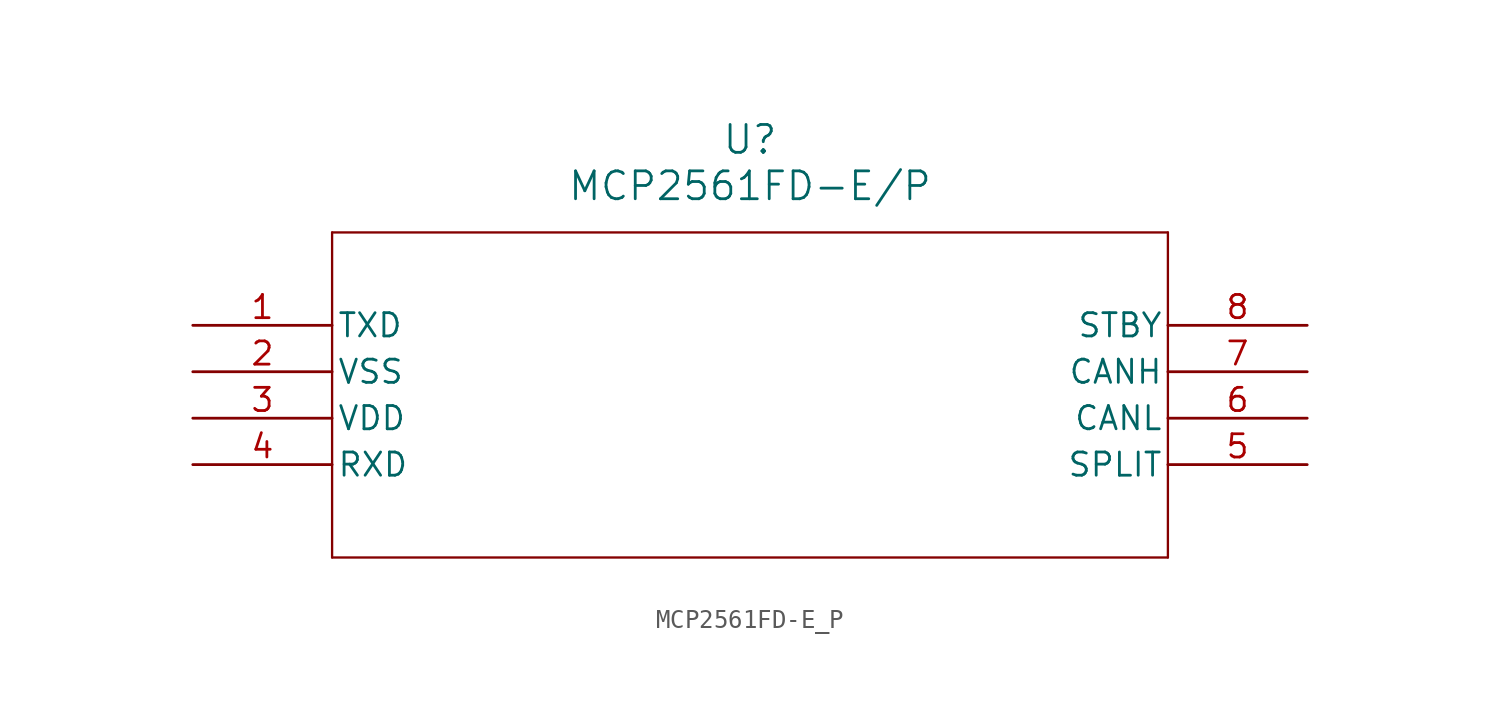
<source format=kicad_sym>
(kicad_symbol_lib
  (version 20211014)
  (generator kicad_symbol_editor)
  (symbol "MCP2561FD-E_P"
    (pin_names
      (offset 0.254))
    (property "Reference" "U"
      (at 30.48 10.16 0)
      (effects (font (size 1.524 1.524))))
    (property "Value" "MCP2561FD-E/P"
      (at 30.48 7.62 0)
      (effects (font (size 1.524 1.524))))
    (symbol "MCP2561FD-E_P_0_1"
      (polyline (pts (xy 7.62 5.08) (xy 7.62 -12.7)) (stroke (width 0.127) (type default) (color 0 0 0 0)) (fill (type none)))
      (polyline (pts (xy 7.62 -12.7) (xy 53.34 -12.7)) (stroke (width 0.127) (type default) (color 0 0 0 0)) (fill (type none)))
      (polyline (pts (xy 53.34 -12.7) (xy 53.34 5.08)) (stroke (width 0.127) (type default) (color 0 0 0 0)) (fill (type none)))
      (polyline (pts (xy 53.34 5.08) (xy 7.62 5.08)) (stroke (width 0.127) (type default) (color 0 0 0 0)) (fill (type none)))
      (pin input line (at 0 0 0) (length 7.62) (name "TXD" (effects (font (size 1.27 1.27)))) (number "1" (effects (font (size 1.27 1.27)))))
      (pin power_in line (at 0 -2.54 0) (length 7.62) (name "VSS" (effects (font (size 1.27 1.27)))) (number "2" (effects (font (size 1.27 1.27)))))
      (pin power_in line (at 0 -5.08 0) (length 7.62) (name "VDD" (effects (font (size 1.27 1.27)))) (number "3" (effects (font (size 1.27 1.27)))))
      (pin output line (at 0 -7.62 0) (length 7.62) (name "RXD" (effects (font (size 1.27 1.27)))) (number "4" (effects (font (size 1.27 1.27)))))
      (pin unspecified line (at 60.96 -7.62 180) (length 7.62) (name "SPLIT" (effects (font (size 1.27 1.27)))) (number "5" (effects (font (size 1.27 1.27)))))
      (pin bidirectional line (at 60.96 -5.08 180) (length 7.62) (name "CANL" (effects (font (size 1.27 1.27)))) (number "6" (effects (font (size 1.27 1.27)))))
      (pin bidirectional line (at 60.96 -2.54 180) (length 7.62) (name "CANH" (effects (font (size 1.27 1.27)))) (number "7" (effects (font (size 1.27 1.27)))))
      (pin input line (at 60.96 0 180) (length 7.62) (name "STBY" (effects (font (size 1.27 1.27)))) (number "8" (effects (font (size 1.27 1.27))))))))
</source>
